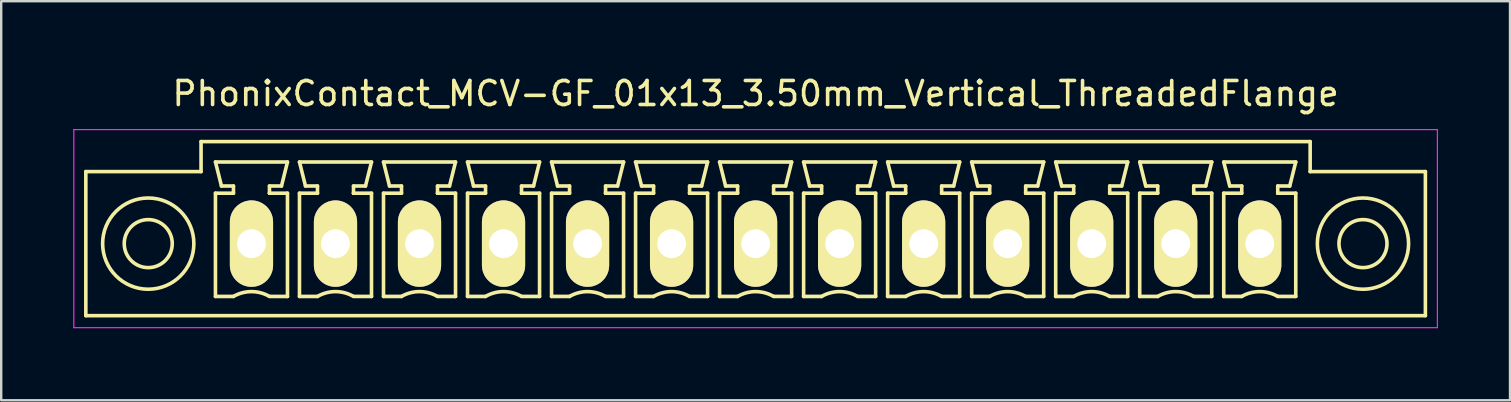
<source format=kicad_pcb>
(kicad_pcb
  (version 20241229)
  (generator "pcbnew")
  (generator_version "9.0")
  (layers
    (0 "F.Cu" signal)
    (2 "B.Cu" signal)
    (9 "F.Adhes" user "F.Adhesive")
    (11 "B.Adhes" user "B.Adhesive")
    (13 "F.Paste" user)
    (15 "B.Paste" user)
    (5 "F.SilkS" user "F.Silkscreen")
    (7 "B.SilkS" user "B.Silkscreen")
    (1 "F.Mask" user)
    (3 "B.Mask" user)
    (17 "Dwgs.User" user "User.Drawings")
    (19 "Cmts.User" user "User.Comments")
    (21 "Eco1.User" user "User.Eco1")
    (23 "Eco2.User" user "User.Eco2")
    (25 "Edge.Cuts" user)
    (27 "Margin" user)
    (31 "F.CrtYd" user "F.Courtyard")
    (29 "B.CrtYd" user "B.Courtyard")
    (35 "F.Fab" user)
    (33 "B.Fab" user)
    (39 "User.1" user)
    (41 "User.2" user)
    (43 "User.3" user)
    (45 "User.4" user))
  (footprint "PhonixContact_MCV-GF_01x13_3.50mm_Vertical_ThreadedFlange"
    (layer "F.Cu")
    (at 7.425 7.098)
    (property "Reference" "PhonixContact_MCV-GF_01x13_3.50mm_Vertical_ThreadedFlange" (at 21 -6.25 0) (layer "F.SilkS") (effects (font (size 1 1) (thickness 0.15))))
    (attr through_hole)
    (fp_line (start -6.9 -3) (end -6.9 3) (stroke (width 0.15) (type solid)) (layer "F.SilkS"))
    (fp_line (start -6.9 3) (end 48.9 3) (stroke (width 0.15) (type solid)) (layer "F.SilkS"))
    (fp_line (start -2.1 -4.25) (end -2.1 -3) (stroke (width 0.15) (type solid)) (layer "F.SilkS"))
    (fp_line (start -2.1 -3) (end -6.9 -3) (stroke (width 0.15) (type solid)) (layer "F.SilkS"))
    (fp_line (start -1.5 -3.4) (end 1.5 -3.4) (stroke (width 0.15) (type solid)) (layer "F.SilkS"))
    (fp_line (start -1.5 -2.1) (end -0.75 -2.1) (stroke (width 0.15) (type solid)) (layer "F.SilkS"))
    (fp_line (start -1.5 2.2) (end -1.5 -2.1) (stroke (width 0.15) (type solid)) (layer "F.SilkS"))
    (fp_line (start -1.25 -2.4) (end -1.5 -3.4) (stroke (width 0.15) (type solid)) (layer "F.SilkS"))
    (fp_line (start -0.75 -2.4) (end -1.25 -2.4) (stroke (width 0.15) (type solid)) (layer "F.SilkS"))
    (fp_line (start -0.75 -2.1) (end -0.75 -2.4) (stroke (width 0.15) (type solid)) (layer "F.SilkS"))
    (fp_line (start -0.75 2.2) (end -1.5 2.2) (stroke (width 0.15) (type solid)) (layer "F.SilkS"))
    (fp_line (start 0.75 -2.4) (end 0.75 -2.1) (stroke (width 0.15) (type solid)) (layer "F.SilkS"))
    (fp_line (start 0.75 -2.1) (end 0.75 -2.1) (stroke (width 0.15) (type solid)) (layer "F.SilkS"))
    (fp_line (start 0.75 -2.1) (end 1.5 -2.1) (stroke (width 0.15) (type solid)) (layer "F.SilkS"))
    (fp_line (start 1.25 -2.4) (end 0.75 -2.4) (stroke (width 0.15) (type solid)) (layer "F.SilkS"))
    (fp_line (start 1.5 -3.4) (end 1.25 -2.4) (stroke (width 0.15) (type solid)) (layer "F.SilkS"))
    (fp_line (start 1.5 -2.1) (end 1.5 2.2) (stroke (width 0.15) (type solid)) (layer "F.SilkS"))
    (fp_line (start 1.5 2.2) (end 0.75 2.2) (stroke (width 0.15) (type solid)) (layer "F.SilkS"))
    (fp_line (start 2 -3.4) (end 5 -3.4) (stroke (width 0.15) (type solid)) (layer "F.SilkS"))
    (fp_line (start 2 -2.1) (end 2.75 -2.1) (stroke (width 0.15) (type solid)) (layer "F.SilkS"))
    (fp_line (start 2 2.2) (end 2 -2.1) (stroke (width 0.15) (type solid)) (layer "F.SilkS"))
    (fp_line (start 2.25 -2.4) (end 2 -3.4) (stroke (width 0.15) (type solid)) (layer "F.SilkS"))
    (fp_line (start 2.75 -2.4) (end 2.25 -2.4) (stroke (width 0.15) (type solid)) (layer "F.SilkS"))
    (fp_line (start 2.75 -2.1) (end 2.75 -2.4) (stroke (width 0.15) (type solid)) (layer "F.SilkS"))
    (fp_line (start 2.75 2.2) (end 2 2.2) (stroke (width 0.15) (type solid)) (layer "F.SilkS"))
    (fp_line (start 4.25 -2.4) (end 4.25 -2.1) (stroke (width 0.15) (type solid)) (layer "F.SilkS"))
    (fp_line (start 4.25 -2.1) (end 4.25 -2.1) (stroke (width 0.15) (type solid)) (layer "F.SilkS"))
    (fp_line (start 4.25 -2.1) (end 5 -2.1) (stroke (width 0.15) (type solid)) (layer "F.SilkS"))
    (fp_line (start 4.75 -2.4) (end 4.25 -2.4) (stroke (width 0.15) (type solid)) (layer "F.SilkS"))
    (fp_line (start 5 -3.4) (end 4.75 -2.4) (stroke (width 0.15) (type solid)) (layer "F.SilkS"))
    (fp_line (start 5 -2.1) (end 5 2.2) (stroke (width 0.15) (type solid)) (layer "F.SilkS"))
    (fp_line (start 5 2.2) (end 4.25 2.2) (stroke (width 0.15) (type solid)) (layer "F.SilkS"))
    (fp_line (start 5.5 -3.4) (end 8.5 -3.4) (stroke (width 0.15) (type solid)) (layer "F.SilkS"))
    (fp_line (start 5.5 -2.1) (end 6.25 -2.1) (stroke (width 0.15) (type solid)) (layer "F.SilkS"))
    (fp_line (start 5.5 2.2) (end 5.5 -2.1) (stroke (width 0.15) (type solid)) (layer "F.SilkS"))
    (fp_line (start 5.75 -2.4) (end 5.5 -3.4) (stroke (width 0.15) (type solid)) (layer "F.SilkS"))
    (fp_line (start 6.25 -2.4) (end 5.75 -2.4) (stroke (width 0.15) (type solid)) (layer "F.SilkS"))
    (fp_line (start 6.25 -2.1) (end 6.25 -2.4) (stroke (width 0.15) (type solid)) (layer "F.SilkS"))
    (fp_line (start 6.25 2.2) (end 5.5 2.2) (stroke (width 0.15) (type solid)) (layer "F.SilkS"))
    (fp_line (start 7.75 -2.4) (end 7.75 -2.1) (stroke (width 0.15) (type solid)) (layer "F.SilkS"))
    (fp_line (start 7.75 -2.1) (end 7.75 -2.1) (stroke (width 0.15) (type solid)) (layer "F.SilkS"))
    (fp_line (start 7.75 -2.1) (end 8.5 -2.1) (stroke (width 0.15) (type solid)) (layer "F.SilkS"))
    (fp_line (start 8.25 -2.4) (end 7.75 -2.4) (stroke (width 0.15) (type solid)) (layer "F.SilkS"))
    (fp_line (start 8.5 -3.4) (end 8.25 -2.4) (stroke (width 0.15) (type solid)) (layer "F.SilkS"))
    (fp_line (start 8.5 -2.1) (end 8.5 2.2) (stroke (width 0.15) (type solid)) (layer "F.SilkS"))
    (fp_line (start 8.5 2.2) (end 7.75 2.2) (stroke (width 0.15) (type solid)) (layer "F.SilkS"))
    (fp_line (start 9 -3.4) (end 12 -3.4) (stroke (width 0.15) (type solid)) (layer "F.SilkS"))
    (fp_line (start 9 -2.1) (end 9.75 -2.1) (stroke (width 0.15) (type solid)) (layer "F.SilkS"))
    (fp_line (start 9 2.2) (end 9 -2.1) (stroke (width 0.15) (type solid)) (layer "F.SilkS"))
    (fp_line (start 9.25 -2.4) (end 9 -3.4) (stroke (width 0.15) (type solid)) (layer "F.SilkS"))
    (fp_line (start 9.75 -2.4) (end 9.25 -2.4) (stroke (width 0.15) (type solid)) (layer "F.SilkS"))
    (fp_line (start 9.75 -2.1) (end 9.75 -2.4) (stroke (width 0.15) (type solid)) (layer "F.SilkS"))
    (fp_line (start 9.75 2.2) (end 9 2.2) (stroke (width 0.15) (type solid)) (layer "F.SilkS"))
    (fp_line (start 11.25 -2.4) (end 11.25 -2.1) (stroke (width 0.15) (type solid)) (layer "F.SilkS"))
    (fp_line (start 11.25 -2.1) (end 11.25 -2.1) (stroke (width 0.15) (type solid)) (layer "F.SilkS"))
    (fp_line (start 11.25 -2.1) (end 12 -2.1) (stroke (width 0.15) (type solid)) (layer "F.SilkS"))
    (fp_line (start 11.75 -2.4) (end 11.25 -2.4) (stroke (width 0.15) (type solid)) (layer "F.SilkS"))
    (fp_line (start 12 -3.4) (end 11.75 -2.4) (stroke (width 0.15) (type solid)) (layer "F.SilkS"))
    (fp_line (start 12 -2.1) (end 12 2.2) (stroke (width 0.15) (type solid)) (layer "F.SilkS"))
    (fp_line (start 12 2.2) (end 11.25 2.2) (stroke (width 0.15) (type solid)) (layer "F.SilkS"))
    (fp_line (start 12.5 -3.4) (end 15.5 -3.4) (stroke (width 0.15) (type solid)) (layer "F.SilkS"))
    (fp_line (start 12.5 -2.1) (end 13.25 -2.1) (stroke (width 0.15) (type solid)) (layer "F.SilkS"))
    (fp_line (start 12.5 2.2) (end 12.5 -2.1) (stroke (width 0.15) (type solid)) (layer "F.SilkS"))
    (fp_line (start 12.75 -2.4) (end 12.5 -3.4) (stroke (width 0.15) (type solid)) (layer "F.SilkS"))
    (fp_line (start 13.25 -2.4) (end 12.75 -2.4) (stroke (width 0.15) (type solid)) (layer "F.SilkS"))
    (fp_line (start 13.25 -2.1) (end 13.25 -2.4) (stroke (width 0.15) (type solid)) (layer "F.SilkS"))
    (fp_line (start 13.25 2.2) (end 12.5 2.2) (stroke (width 0.15) (type solid)) (layer "F.SilkS"))
    (fp_line (start 14.75 -2.4) (end 14.75 -2.1) (stroke (width 0.15) (type solid)) (layer "F.SilkS"))
    (fp_line (start 14.75 -2.1) (end 14.75 -2.1) (stroke (width 0.15) (type solid)) (layer "F.SilkS"))
    (fp_line (start 14.75 -2.1) (end 15.5 -2.1) (stroke (width 0.15) (type solid)) (layer "F.SilkS"))
    (fp_line (start 15.25 -2.4) (end 14.75 -2.4) (stroke (width 0.15) (type solid)) (layer "F.SilkS"))
    (fp_line (start 15.5 -3.4) (end 15.25 -2.4) (stroke (width 0.15) (type solid)) (layer "F.SilkS"))
    (fp_line (start 15.5 -2.1) (end 15.5 2.2) (stroke (width 0.15) (type solid)) (layer "F.SilkS"))
    (fp_line (start 15.5 2.2) (end 14.75 2.2) (stroke (width 0.15) (type solid)) (layer "F.SilkS"))
    (fp_line (start 16 -3.4) (end 19 -3.4) (stroke (width 0.15) (type solid)) (layer "F.SilkS"))
    (fp_line (start 16 -2.1) (end 16.75 -2.1) (stroke (width 0.15) (type solid)) (layer "F.SilkS"))
    (fp_line (start 16 2.2) (end 16 -2.1) (stroke (width 0.15) (type solid)) (layer "F.SilkS"))
    (fp_line (start 16.25 -2.4) (end 16 -3.4) (stroke (width 0.15) (type solid)) (layer "F.SilkS"))
    (fp_line (start 16.75 -2.4) (end 16.25 -2.4) (stroke (width 0.15) (type solid)) (layer "F.SilkS"))
    (fp_line (start 16.75 -2.1) (end 16.75 -2.4) (stroke (width 0.15) (type solid)) (layer "F.SilkS"))
    (fp_line (start 16.75 2.2) (end 16 2.2) (stroke (width 0.15) (type solid)) (layer "F.SilkS"))
    (fp_line (start 18.25 -2.4) (end 18.25 -2.1) (stroke (width 0.15) (type solid)) (layer "F.SilkS"))
    (fp_line (start 18.25 -2.1) (end 18.25 -2.1) (stroke (width 0.15) (type solid)) (layer "F.SilkS"))
    (fp_line (start 18.25 -2.1) (end 19 -2.1) (stroke (width 0.15) (type solid)) (layer "F.SilkS"))
    (fp_line (start 18.75 -2.4) (end 18.25 -2.4) (stroke (width 0.15) (type solid)) (layer "F.SilkS"))
    (fp_line (start 19 -3.4) (end 18.75 -2.4) (stroke (width 0.15) (type solid)) (layer "F.SilkS"))
    (fp_line (start 19 -2.1) (end 19 2.2) (stroke (width 0.15) (type solid)) (layer "F.SilkS"))
    (fp_line (start 19 2.2) (end 18.25 2.2) (stroke (width 0.15) (type solid)) (layer "F.SilkS"))
    (fp_line (start 19.5 -3.4) (end 22.5 -3.4) (stroke (width 0.15) (type solid)) (layer "F.SilkS"))
    (fp_line (start 19.5 -2.1) (end 20.25 -2.1) (stroke (width 0.15) (type solid)) (layer "F.SilkS"))
    (fp_line (start 19.5 2.2) (end 19.5 -2.1) (stroke (width 0.15) (type solid)) (layer "F.SilkS"))
    (fp_line (start 19.75 -2.4) (end 19.5 -3.4) (stroke (width 0.15) (type solid)) (layer "F.SilkS"))
    (fp_line (start 20.25 -2.4) (end 19.75 -2.4) (stroke (width 0.15) (type solid)) (layer "F.SilkS"))
    (fp_line (start 20.25 -2.1) (end 20.25 -2.4) (stroke (width 0.15) (type solid)) (layer "F.SilkS"))
    (fp_line (start 20.25 2.2) (end 19.5 2.2) (stroke (width 0.15) (type solid)) (layer "F.SilkS"))
    (fp_line (start 21.75 -2.4) (end 21.75 -2.1) (stroke (width 0.15) (type solid)) (layer "F.SilkS"))
    (fp_line (start 21.75 -2.1) (end 21.75 -2.1) (stroke (width 0.15) (type solid)) (layer "F.SilkS"))
    (fp_line (start 21.75 -2.1) (end 22.5 -2.1) (stroke (width 0.15) (type solid)) (layer "F.SilkS"))
    (fp_line (start 22.25 -2.4) (end 21.75 -2.4) (stroke (width 0.15) (type solid)) (layer "F.SilkS"))
    (fp_line (start 22.5 -3.4) (end 22.25 -2.4) (stroke (width 0.15) (type solid)) (layer "F.SilkS"))
    (fp_line (start 22.5 -2.1) (end 22.5 2.2) (stroke (width 0.15) (type solid)) (layer "F.SilkS"))
    (fp_line (start 22.5 2.2) (end 21.75 2.2) (stroke (width 0.15) (type solid)) (layer "F.SilkS"))
    (fp_line (start 23 -3.4) (end 26 -3.4) (stroke (width 0.15) (type solid)) (layer "F.SilkS"))
    (fp_line (start 23 -2.1) (end 23.75 -2.1) (stroke (width 0.15) (type solid)) (layer "F.SilkS"))
    (fp_line (start 23 2.2) (end 23 -2.1) (stroke (width 0.15) (type solid)) (layer "F.SilkS"))
    (fp_line (start 23.25 -2.4) (end 23 -3.4) (stroke (width 0.15) (type solid)) (layer "F.SilkS"))
    (fp_line (start 23.75 -2.4) (end 23.25 -2.4) (stroke (width 0.15) (type solid)) (layer "F.SilkS"))
    (fp_line (start 23.75 -2.1) (end 23.75 -2.4) (stroke (width 0.15) (type solid)) (layer "F.SilkS"))
    (fp_line (start 23.75 2.2) (end 23 2.2) (stroke (width 0.15) (type solid)) (layer "F.SilkS"))
    (fp_line (start 25.25 -2.4) (end 25.25 -2.1) (stroke (width 0.15) (type solid)) (layer "F.SilkS"))
    (fp_line (start 25.25 -2.1) (end 25.25 -2.1) (stroke (width 0.15) (type solid)) (layer "F.SilkS"))
    (fp_line (start 25.25 -2.1) (end 26 -2.1) (stroke (width 0.15) (type solid)) (layer "F.SilkS"))
    (fp_line (start 25.75 -2.4) (end 25.25 -2.4) (stroke (width 0.15) (type solid)) (layer "F.SilkS"))
    (fp_line (start 26 -3.4) (end 25.75 -2.4) (stroke (width 0.15) (type solid)) (layer "F.SilkS"))
    (fp_line (start 26 -2.1) (end 26 2.2) (stroke (width 0.15) (type solid)) (layer "F.SilkS"))
    (fp_line (start 26 2.2) (end 25.25 2.2) (stroke (width 0.15) (type solid)) (layer "F.SilkS"))
    (fp_line (start 26.5 -3.4) (end 29.5 -3.4) (stroke (width 0.15) (type solid)) (layer "F.SilkS"))
    (fp_line (start 26.5 -2.1) (end 27.25 -2.1) (stroke (width 0.15) (type solid)) (layer "F.SilkS"))
    (fp_line (start 26.5 2.2) (end 26.5 -2.1) (stroke (width 0.15) (type solid)) (layer "F.SilkS"))
    (fp_line (start 26.75 -2.4) (end 26.5 -3.4) (stroke (width 0.15) (type solid)) (layer "F.SilkS"))
    (fp_line (start 27.25 -2.4) (end 26.75 -2.4) (stroke (width 0.15) (type solid)) (layer "F.SilkS"))
    (fp_line (start 27.25 -2.1) (end 27.25 -2.4) (stroke (width 0.15) (type solid)) (layer "F.SilkS"))
    (fp_line (start 27.25 2.2) (end 26.5 2.2) (stroke (width 0.15) (type solid)) (layer "F.SilkS"))
    (fp_line (start 28.75 -2.4) (end 28.75 -2.1) (stroke (width 0.15) (type solid)) (layer "F.SilkS"))
    (fp_line (start 28.75 -2.1) (end 28.75 -2.1) (stroke (width 0.15) (type solid)) (layer "F.SilkS"))
    (fp_line (start 28.75 -2.1) (end 29.5 -2.1) (stroke (width 0.15) (type solid)) (layer "F.SilkS"))
    (fp_line (start 29.25 -2.4) (end 28.75 -2.4) (stroke (width 0.15) (type solid)) (layer "F.SilkS"))
    (fp_line (start 29.5 -3.4) (end 29.25 -2.4) (stroke (width 0.15) (type solid)) (layer "F.SilkS"))
    (fp_line (start 29.5 -2.1) (end 29.5 2.2) (stroke (width 0.15) (type solid)) (layer "F.SilkS"))
    (fp_line (start 29.5 2.2) (end 28.75 2.2) (stroke (width 0.15) (type solid)) (layer "F.SilkS"))
    (fp_line (start 30 -3.4) (end 33 -3.4) (stroke (width 0.15) (type solid)) (layer "F.SilkS"))
    (fp_line (start 30 -2.1) (end 30.75 -2.1) (stroke (width 0.15) (type solid)) (layer "F.SilkS"))
    (fp_line (start 30 2.2) (end 30 -2.1) (stroke (width 0.15) (type solid)) (layer "F.SilkS"))
    (fp_line (start 30.25 -2.4) (end 30 -3.4) (stroke (width 0.15) (type solid)) (layer "F.SilkS"))
    (fp_line (start 30.75 -2.4) (end 30.25 -2.4) (stroke (width 0.15) (type solid)) (layer "F.SilkS"))
    (fp_line (start 30.75 -2.1) (end 30.75 -2.4) (stroke (width 0.15) (type solid)) (layer "F.SilkS"))
    (fp_line (start 30.75 2.2) (end 30 2.2) (stroke (width 0.15) (type solid)) (layer "F.SilkS"))
    (fp_line (start 32.25 -2.4) (end 32.25 -2.1) (stroke (width 0.15) (type solid)) (layer "F.SilkS"))
    (fp_line (start 32.25 -2.1) (end 32.25 -2.1) (stroke (width 0.15) (type solid)) (layer "F.SilkS"))
    (fp_line (start 32.25 -2.1) (end 33 -2.1) (stroke (width 0.15) (type solid)) (layer "F.SilkS"))
    (fp_line (start 32.75 -2.4) (end 32.25 -2.4) (stroke (width 0.15) (type solid)) (layer "F.SilkS"))
    (fp_line (start 33 -3.4) (end 32.75 -2.4) (stroke (width 0.15) (type solid)) (layer "F.SilkS"))
    (fp_line (start 33 -2.1) (end 33 2.2) (stroke (width 0.15) (type solid)) (layer "F.SilkS"))
    (fp_line (start 33 2.2) (end 32.25 2.2) (stroke (width 0.15) (type solid)) (layer "F.SilkS"))
    (fp_line (start 33.5 -3.4) (end 36.5 -3.4) (stroke (width 0.15) (type solid)) (layer "F.SilkS"))
    (fp_line (start 33.5 -2.1) (end 34.25 -2.1) (stroke (width 0.15) (type solid)) (layer "F.SilkS"))
    (fp_line (start 33.5 2.2) (end 33.5 -2.1) (stroke (width 0.15) (type solid)) (layer "F.SilkS"))
    (fp_line (start 33.75 -2.4) (end 33.5 -3.4) (stroke (width 0.15) (type solid)) (layer "F.SilkS"))
    (fp_line (start 34.25 -2.4) (end 33.75 -2.4) (stroke (width 0.15) (type solid)) (layer "F.SilkS"))
    (fp_line (start 34.25 -2.1) (end 34.25 -2.4) (stroke (width 0.15) (type solid)) (layer "F.SilkS"))
    (fp_line (start 34.25 2.2) (end 33.5 2.2) (stroke (width 0.15) (type solid)) (layer "F.SilkS"))
    (fp_line (start 35.75 -2.4) (end 35.75 -2.1) (stroke (width 0.15) (type solid)) (layer "F.SilkS"))
    (fp_line (start 35.75 -2.1) (end 35.75 -2.1) (stroke (width 0.15) (type solid)) (layer "F.SilkS"))
    (fp_line (start 35.75 -2.1) (end 36.5 -2.1) (stroke (width 0.15) (type solid)) (layer "F.SilkS"))
    (fp_line (start 36.25 -2.4) (end 35.75 -2.4) (stroke (width 0.15) (type solid)) (layer "F.SilkS"))
    (fp_line (start 36.5 -3.4) (end 36.25 -2.4) (stroke (width 0.15) (type solid)) (layer "F.SilkS"))
    (fp_line (start 36.5 -2.1) (end 36.5 2.2) (stroke (width 0.15) (type solid)) (layer "F.SilkS"))
    (fp_line (start 36.5 2.2) (end 35.75 2.2) (stroke (width 0.15) (type solid)) (layer "F.SilkS"))
    (fp_line (start 37 -3.4) (end 40 -3.4) (stroke (width 0.15) (type solid)) (layer "F.SilkS"))
    (fp_line (start 37 -2.1) (end 37.75 -2.1) (stroke (width 0.15) (type solid)) (layer "F.SilkS"))
    (fp_line (start 37 2.2) (end 37 -2.1) (stroke (width 0.15) (type solid)) (layer "F.SilkS"))
    (fp_line (start 37.25 -2.4) (end 37 -3.4) (stroke (width 0.15) (type solid)) (layer "F.SilkS"))
    (fp_line (start 37.75 -2.4) (end 37.25 -2.4) (stroke (width 0.15) (type solid)) (layer "F.SilkS"))
    (fp_line (start 37.75 -2.1) (end 37.75 -2.4) (stroke (width 0.15) (type solid)) (layer "F.SilkS"))
    (fp_line (start 37.75 2.2) (end 37 2.2) (stroke (width 0.15) (type solid)) (layer "F.SilkS"))
    (fp_line (start 39.25 -2.4) (end 39.25 -2.1) (stroke (width 0.15) (type solid)) (layer "F.SilkS"))
    (fp_line (start 39.25 -2.1) (end 39.25 -2.1) (stroke (width 0.15) (type solid)) (layer "F.SilkS"))
    (fp_line (start 39.25 -2.1) (end 40 -2.1) (stroke (width 0.15) (type solid)) (layer "F.SilkS"))
    (fp_line (start 39.75 -2.4) (end 39.25 -2.4) (stroke (width 0.15) (type solid)) (layer "F.SilkS"))
    (fp_line (start 40 -3.4) (end 39.75 -2.4) (stroke (width 0.15) (type solid)) (layer "F.SilkS"))
    (fp_line (start 40 -2.1) (end 40 2.2) (stroke (width 0.15) (type solid)) (layer "F.SilkS"))
    (fp_line (start 40 2.2) (end 39.25 2.2) (stroke (width 0.15) (type solid)) (layer "F.SilkS"))
    (fp_line (start 40.5 -3.4) (end 43.5 -3.4) (stroke (width 0.15) (type solid)) (layer "F.SilkS"))
    (fp_line (start 40.5 -2.1) (end 41.25 -2.1) (stroke (width 0.15) (type solid)) (layer "F.SilkS"))
    (fp_line (start 40.5 2.2) (end 40.5 -2.1) (stroke (width 0.15) (type solid)) (layer "F.SilkS"))
    (fp_line (start 40.75 -2.4) (end 40.5 -3.4) (stroke (width 0.15) (type solid)) (layer "F.SilkS"))
    (fp_line (start 41.25 -2.4) (end 40.75 -2.4) (stroke (width 0.15) (type solid)) (layer "F.SilkS"))
    (fp_line (start 41.25 -2.1) (end 41.25 -2.4) (stroke (width 0.15) (type solid)) (layer "F.SilkS"))
    (fp_line (start 41.25 2.2) (end 40.5 2.2) (stroke (width 0.15) (type solid)) (layer "F.SilkS"))
    (fp_line (start 42.75 -2.4) (end 42.75 -2.1) (stroke (width 0.15) (type solid)) (layer "F.SilkS"))
    (fp_line (start 42.75 -2.1) (end 42.75 -2.1) (stroke (width 0.15) (type solid)) (layer "F.SilkS"))
    (fp_line (start 42.75 -2.1) (end 43.5 -2.1) (stroke (width 0.15) (type solid)) (layer "F.SilkS"))
    (fp_line (start 43.25 -2.4) (end 42.75 -2.4) (stroke (width 0.15) (type solid)) (layer "F.SilkS"))
    (fp_line (start 43.5 -3.4) (end 43.25 -2.4) (stroke (width 0.15) (type solid)) (layer "F.SilkS"))
    (fp_line (start 43.5 -2.1) (end 43.5 2.2) (stroke (width 0.15) (type solid)) (layer "F.SilkS"))
    (fp_line (start 43.5 2.2) (end 42.75 2.2) (stroke (width 0.15) (type solid)) (layer "F.SilkS"))
    (fp_line (start 44.1 -4.25) (end -2.1 -4.25) (stroke (width 0.15) (type solid)) (layer "F.SilkS"))
    (fp_line (start 44.1 -3) (end 44.1 -4.25) (stroke (width 0.15) (type solid)) (layer "F.SilkS"))
    (fp_line (start 48.9 -3) (end 44.1 -3) (stroke (width 0.15) (type solid)) (layer "F.SilkS"))
    (fp_line (start 48.9 3) (end 48.9 -3) (stroke (width 0.15) (type solid)) (layer "F.SilkS"))
    (fp_arc (start -0.75 2.2) (mid -0.006068 1.999179) (end 0.739464 2.193978) (stroke (width 0.15) (type solid)) (layer "F.SilkS"))
    (fp_arc (start 2.75 2.2) (mid 3.493932 1.999179) (end 4.239464 2.193978) (stroke (width 0.15) (type solid)) (layer "F.SilkS"))
    (fp_arc (start 6.25 2.2) (mid 6.993932 1.999179) (end 7.739464 2.193978) (stroke (width 0.15) (type solid)) (layer "F.SilkS"))
    (fp_arc (start 9.75 2.2) (mid 10.493932 1.999179) (end 11.239464 2.193978) (stroke (width 0.15) (type solid)) (layer "F.SilkS"))
    (fp_arc (start 13.25 2.2) (mid 13.993932 1.999179) (end 14.739464 2.193978) (stroke (width 0.15) (type solid)) (layer "F.SilkS"))
    (fp_arc (start 16.75 2.2) (mid 17.493932 1.999179) (end 18.239464 2.193978) (stroke (width 0.15) (type solid)) (layer "F.SilkS"))
    (fp_arc (start 20.25 2.2) (mid 20.993932 1.999179) (end 21.739464 2.193978) (stroke (width 0.15) (type solid)) (layer "F.SilkS"))
    (fp_arc (start 23.75 2.2) (mid 24.493932 1.999179) (end 25.239464 2.193978) (stroke (width 0.15) (type solid)) (layer "F.SilkS"))
    (fp_arc (start 27.25 2.2) (mid 27.993932 1.999179) (end 28.739464 2.193978) (stroke (width 0.15) (type solid)) (layer "F.SilkS"))
    (fp_arc (start 30.75 2.2) (mid 31.493932 1.999179) (end 32.239464 2.193978) (stroke (width 0.15) (type solid)) (layer "F.SilkS"))
    (fp_arc (start 34.25 2.2) (mid 34.993932 1.999179) (end 35.739464 2.193978) (stroke (width 0.15) (type solid)) (layer "F.SilkS"))
    (fp_arc (start 37.75 2.2) (mid 38.493932 1.999179) (end 39.239464 2.193978) (stroke (width 0.15) (type solid)) (layer "F.SilkS"))
    (fp_arc (start 41.25 2.2) (mid 41.993932 1.999179) (end 42.739464 2.193978) (stroke (width 0.15) (type solid)) (layer "F.SilkS"))
    (fp_circle (center -4.3 0) (end -3.3 0) (stroke (width 0.15) (type solid)) (fill no) (layer "F.SilkS"))
    (fp_circle (center -4.3 0) (end -2.4 0) (stroke (width 0.15) (type solid)) (fill no) (layer "F.SilkS"))
    (fp_circle (center 46.3 0) (end 47.3 0) (stroke (width 0.15) (type solid)) (fill no) (layer "F.SilkS"))
    (fp_circle (center 46.3 0) (end 48.2 0) (stroke (width 0.15) (type solid)) (fill no) (layer "F.SilkS"))
    (fp_line (start -7.4 -4.75) (end -7.4 3.5) (stroke (width 0.05) (type solid)) (layer "F.CrtYd"))
    (fp_line (start -7.4 3.5) (end 49.4 3.5) (stroke (width 0.05) (type solid)) (layer "F.CrtYd"))
    (fp_line (start 49.4 -4.75) (end -7.4 -4.75) (stroke (width 0.05) (type solid)) (layer "F.CrtYd"))
    (fp_line (start 49.4 3.5) (end 49.4 -4.75) (stroke (width 0.05) (type solid)) (layer "F.CrtYd"))
    (pad "1" thru_hole oval (at 0 0) (size 1.8 3.6) (drill 1.2) (layers "*.Cu" "*.Mask" "F.SilkS"))
    (pad "2" thru_hole oval (at 3.5 0) (size 1.8 3.6) (drill 1.2) (layers "*.Cu" "*.Mask" "F.SilkS"))
    (pad "3" thru_hole oval (at 7 0) (size 1.8 3.6) (drill 1.2) (layers "*.Cu" "*.Mask" "F.SilkS"))
    (pad "4" thru_hole oval (at 10.5 0) (size 1.8 3.6) (drill 1.2) (layers "*.Cu" "*.Mask" "F.SilkS"))
    (pad "5" thru_hole oval (at 14 0) (size 1.8 3.6) (drill 1.2) (layers "*.Cu" "*.Mask" "F.SilkS"))
    (pad "6" thru_hole oval (at 17.5 0) (size 1.8 3.6) (drill 1.2) (layers "*.Cu" "*.Mask" "F.SilkS"))
    (pad "7" thru_hole oval (at 21 0) (size 1.8 3.6) (drill 1.2) (layers "*.Cu" "*.Mask" "F.SilkS"))
    (pad "8" thru_hole oval (at 24.5 0) (size 1.8 3.6) (drill 1.2) (layers "*.Cu" "*.Mask" "F.SilkS"))
    (pad "9" thru_hole oval (at 28 0) (size 1.8 3.6) (drill 1.2) (layers "*.Cu" "*.Mask" "F.SilkS"))
    (pad "10" thru_hole oval (at 31.5 0) (size 1.8 3.6) (drill 1.2) (layers "*.Cu" "*.Mask" "F.SilkS"))
    (pad "11" thru_hole oval (at 35 0) (size 1.8 3.6) (drill 1.2) (layers "*.Cu" "*.Mask" "F.SilkS"))
    (pad "12" thru_hole oval (at 38.5 0) (size 1.8 3.6) (drill 1.2) (layers "*.Cu" "*.Mask" "F.SilkS"))
    (pad "13" thru_hole oval (at 42 0) (size 1.8 3.6) (drill 1.2) (layers "*.Cu" "*.Mask" "F.SilkS")))
  (gr_rect
    (start -3 -3)
    (end 59.85 13.623)
    (stroke (width 0.1) (type default))
    (fill no)
    (layer "Edge.Cuts")))
</source>
